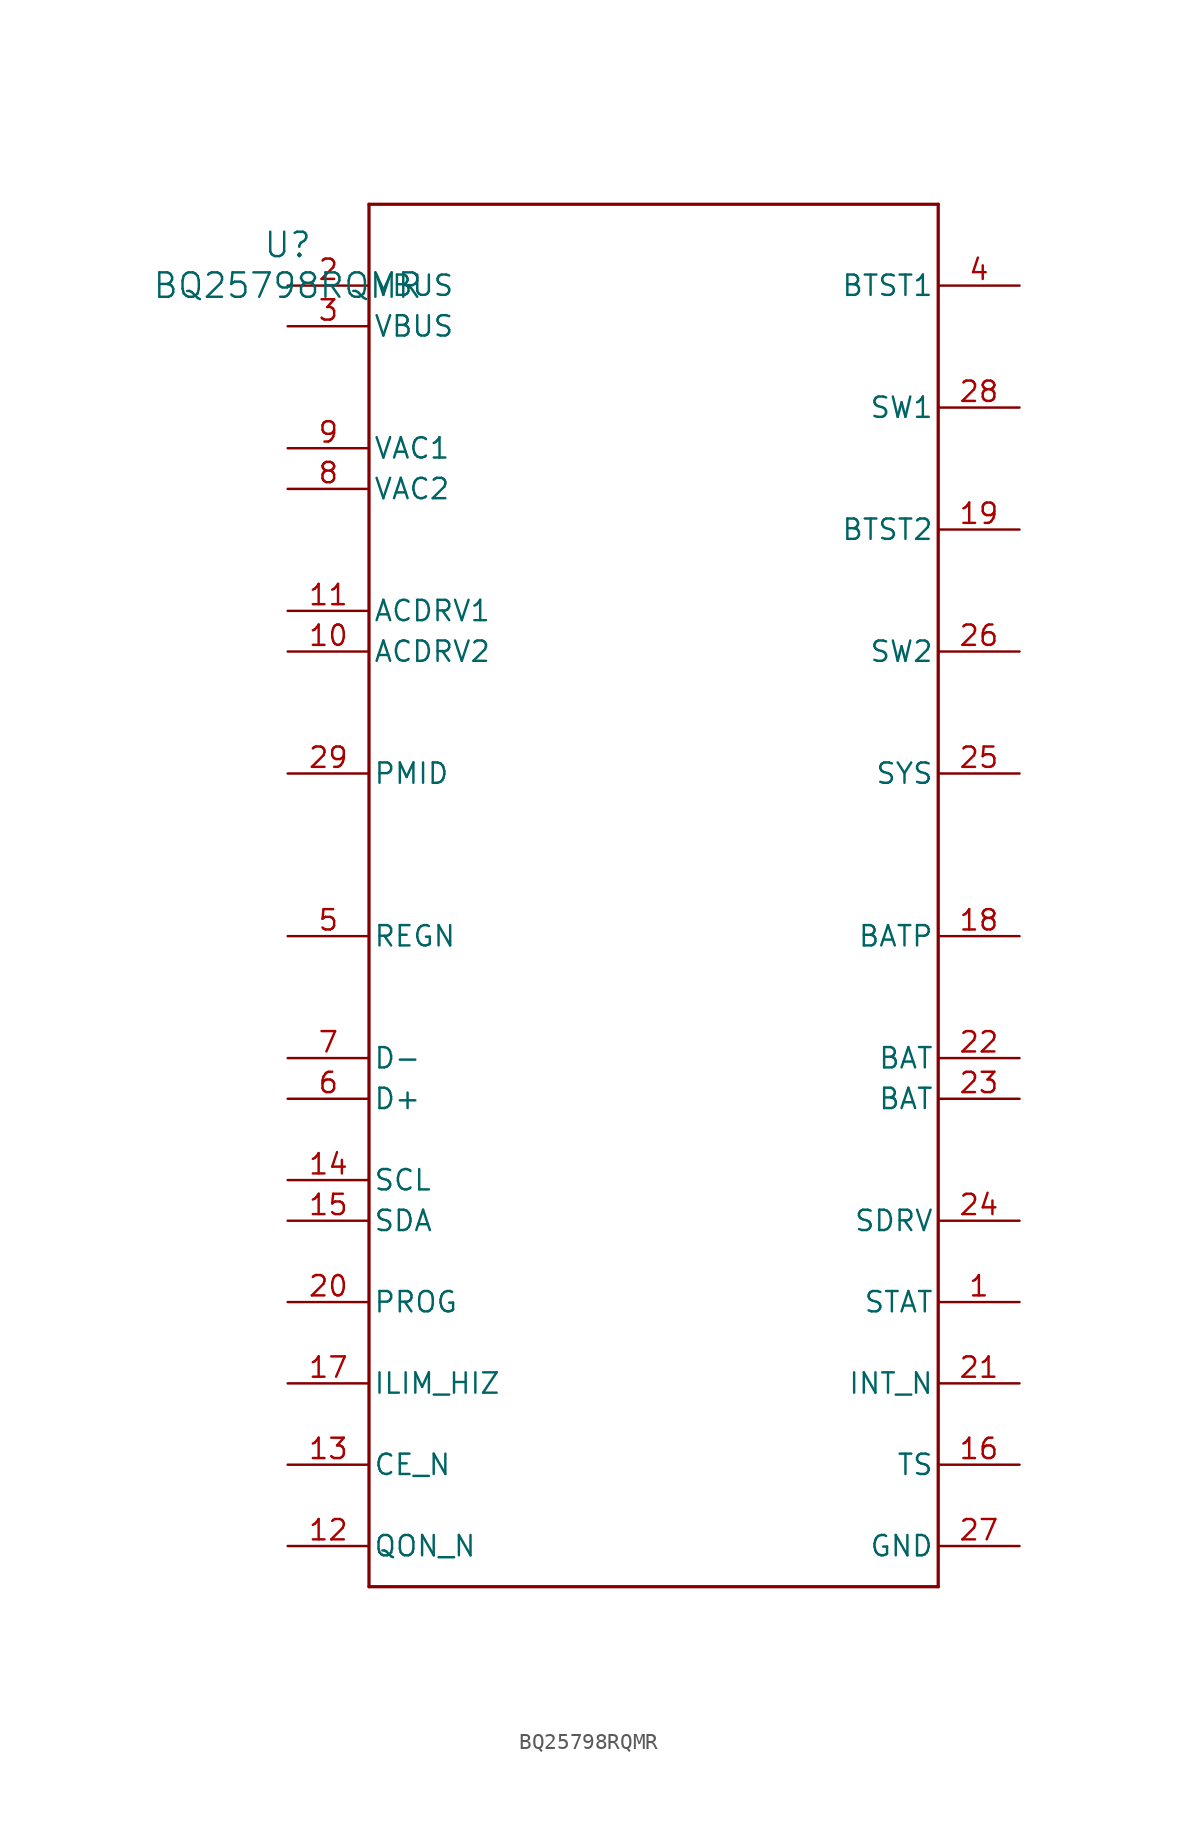
<source format=kicad_sym>
(kicad_symbol_lib
  (version 20211014)
  (generator kicad_symbol_editor)
  (symbol "BQ25798RQMR"
    (pin_names
      (offset 0.254))
    (property "Reference" "U"
      (at 0 2.54 0)
      (effects (font (size 1.524 1.524))))
    (property "Value" "BQ25798RQMR"
      (at 0 0 0)
      (effects (font (size 1.524 1.524))))
    (symbol "BQ25798RQMR_0_1"
      (polyline (pts (xy 5.08 -81.28) (xy 40.64 -81.28)) (stroke (width 0.203) (type default) (color 0 0 0 0)) (fill (type none)))
      (polyline (pts (xy 40.64 -81.28) (xy 40.64 5.08)) (stroke (width 0.203) (type default) (color 0 0 0 0)) (fill (type none)))
      (polyline (pts (xy 40.64 5.08) (xy 5.08 5.08)) (stroke (width 0.203) (type default) (color 0 0 0 0)) (fill (type none)))
      (polyline (pts (xy 5.08 5.08) (xy 5.08 -81.28)) (stroke (width 0.203) (type default) (color 0 0 0 0)) (fill (type none)))
      (pin unspecified line (at 45.72 -63.5 180) (length 5.08) (name "STAT" (effects (font (size 1.27 1.27)))) (number "1" (effects (font (size 1.27 1.27)))))
      (pin power_in line (at 0 0 0) (length 5.08) (name "VBUS" (effects (font (size 1.27 1.27)))) (number "2" (effects (font (size 1.27 1.27)))))
      (pin power_in line (at 0 -2.54 0) (length 5.08) (name "VBUS" (effects (font (size 1.27 1.27)))) (number "3" (effects (font (size 1.27 1.27)))))
      (pin unspecified line (at 45.72 0 180) (length 5.08) (name "BTST1" (effects (font (size 1.27 1.27)))) (number "4" (effects (font (size 1.27 1.27)))))
      (pin unspecified line (at 0 -40.64 0) (length 5.08) (name "REGN" (effects (font (size 1.27 1.27)))) (number "5" (effects (font (size 1.27 1.27)))))
      (pin unspecified line (at 0 -50.8 0) (length 5.08) (name "D+" (effects (font (size 1.27 1.27)))) (number "6" (effects (font (size 1.27 1.27)))))
      (pin unspecified line (at 0 -48.26 0) (length 5.08) (name "D-" (effects (font (size 1.27 1.27)))) (number "7" (effects (font (size 1.27 1.27)))))
      (pin power_in line (at 0 -12.7 0) (length 5.08) (name "VAC2" (effects (font (size 1.27 1.27)))) (number "8" (effects (font (size 1.27 1.27)))))
      (pin power_in line (at 0 -10.16 0) (length 5.08) (name "VAC1" (effects (font (size 1.27 1.27)))) (number "9" (effects (font (size 1.27 1.27)))))
      (pin power_in line (at 0 -22.86 0) (length 5.08) (name "ACDRV2" (effects (font (size 1.27 1.27)))) (number "10" (effects (font (size 1.27 1.27)))))
      (pin power_in line (at 0 -20.32 0) (length 5.08) (name "ACDRV1" (effects (font (size 1.27 1.27)))) (number "11" (effects (font (size 1.27 1.27)))))
      (pin unspecified line (at 0 -78.74 0) (length 5.08) (name "QON_N" (effects (font (size 1.27 1.27)))) (number "12" (effects (font (size 1.27 1.27)))))
      (pin unspecified line (at 0 -73.66 0) (length 5.08) (name "CE_N" (effects (font (size 1.27 1.27)))) (number "13" (effects (font (size 1.27 1.27)))))
      (pin input line (at 0 -55.88 0) (length 5.08) (name "SCL" (effects (font (size 1.27 1.27)))) (number "14" (effects (font (size 1.27 1.27)))))
      (pin bidirectional line (at 0 -58.42 0) (length 5.08) (name "SDA" (effects (font (size 1.27 1.27)))) (number "15" (effects (font (size 1.27 1.27)))))
      (pin unspecified line (at 45.72 -73.66 180) (length 5.08) (name "TS" (effects (font (size 1.27 1.27)))) (number "16" (effects (font (size 1.27 1.27)))))
      (pin unspecified line (at 0 -68.58 0) (length 5.08) (name "ILIM_HIZ" (effects (font (size 1.27 1.27)))) (number "17" (effects (font (size 1.27 1.27)))))
      (pin unspecified line (at 45.72 -40.64 180) (length 5.08) (name "BATP" (effects (font (size 1.27 1.27)))) (number "18" (effects (font (size 1.27 1.27)))))
      (pin unspecified line (at 45.72 -15.24 180) (length 5.08) (name "BTST2" (effects (font (size 1.27 1.27)))) (number "19" (effects (font (size 1.27 1.27)))))
      (pin unspecified line (at 0 -63.5 0) (length 5.08) (name "PROG" (effects (font (size 1.27 1.27)))) (number "20" (effects (font (size 1.27 1.27)))))
      (pin unspecified line (at 45.72 -68.58 180) (length 5.08) (name "INT_N" (effects (font (size 1.27 1.27)))) (number "21" (effects (font (size 1.27 1.27)))))
      (pin unspecified line (at 45.72 -48.26 180) (length 5.08) (name "BAT" (effects (font (size 1.27 1.27)))) (number "22" (effects (font (size 1.27 1.27)))))
      (pin unspecified line (at 45.72 -50.8 180) (length 5.08) (name "BAT" (effects (font (size 1.27 1.27)))) (number "23" (effects (font (size 1.27 1.27)))))
      (pin unspecified line (at 45.72 -58.42 180) (length 5.08) (name "SDRV" (effects (font (size 1.27 1.27)))) (number "24" (effects (font (size 1.27 1.27)))))
      (pin unspecified line (at 45.72 -30.48 180) (length 5.08) (name "SYS" (effects (font (size 1.27 1.27)))) (number "25" (effects (font (size 1.27 1.27)))))
      (pin unspecified line (at 45.72 -22.86 180) (length 5.08) (name "SW2" (effects (font (size 1.27 1.27)))) (number "26" (effects (font (size 1.27 1.27)))))
      (pin power_in line (at 45.72 -78.74 180) (length 5.08) (name "GND" (effects (font (size 1.27 1.27)))) (number "27" (effects (font (size 1.27 1.27)))))
      (pin unspecified line (at 45.72 -7.62 180) (length 5.08) (name "SW1" (effects (font (size 1.27 1.27)))) (number "28" (effects (font (size 1.27 1.27)))))
      (pin unspecified line (at 0 -30.48 0) (length 5.08) (name "PMID" (effects (font (size 1.27 1.27)))) (number "29" (effects (font (size 1.27 1.27))))))))
</source>
